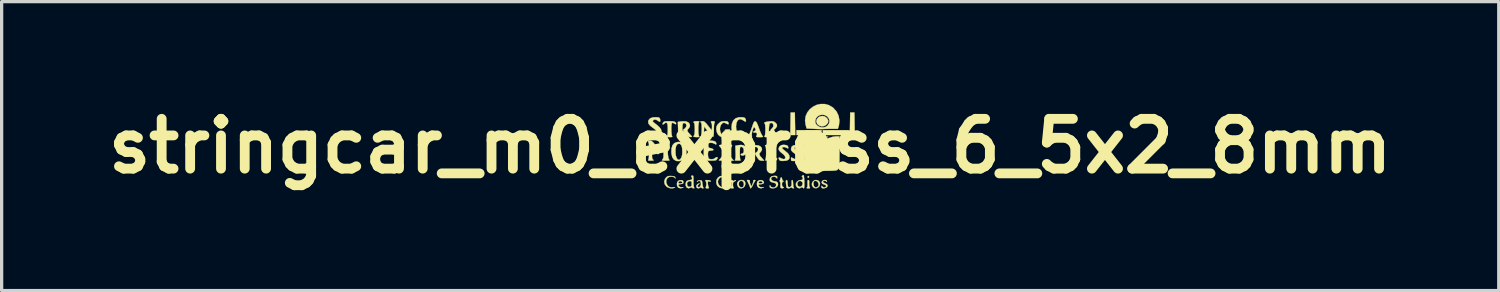
<source format=kicad_pcb>
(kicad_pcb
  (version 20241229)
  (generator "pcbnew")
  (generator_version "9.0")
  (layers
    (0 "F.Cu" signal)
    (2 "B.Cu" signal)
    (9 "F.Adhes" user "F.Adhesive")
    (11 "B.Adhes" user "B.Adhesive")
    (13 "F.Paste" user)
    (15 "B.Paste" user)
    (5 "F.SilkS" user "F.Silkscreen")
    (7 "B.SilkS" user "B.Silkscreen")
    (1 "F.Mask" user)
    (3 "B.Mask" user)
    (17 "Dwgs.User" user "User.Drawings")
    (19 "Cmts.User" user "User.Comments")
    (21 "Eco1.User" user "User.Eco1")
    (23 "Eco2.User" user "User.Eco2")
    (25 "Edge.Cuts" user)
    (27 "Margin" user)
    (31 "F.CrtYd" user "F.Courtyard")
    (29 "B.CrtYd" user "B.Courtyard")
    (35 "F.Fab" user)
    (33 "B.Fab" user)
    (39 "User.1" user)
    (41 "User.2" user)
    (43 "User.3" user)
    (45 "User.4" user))
  (footprint "stringcar_m0_express_6_5x2_8mm"
    (layer "F.Cu")
    (at 19.892 1.418)
    (property "Reference" "stringcar_m0_express_6_5x2_8mm" (at 0 0 0) (layer "F.SilkS") (effects (font (size 1.524 1.524) (thickness 0.3))))
    (attr through_hole)
    (fp_poly (pts (xy 2.18 -0.339) (xy 1.418 -0.339) (xy 1.418 -0.487) (xy 2.18 -0.487) (xy 2.18 -0.339)) (stroke (width 0.01) (type solid)) (fill yes) (layer "F.SilkS"))
    (fp_poly (pts (xy 3.006 -0.339) (xy 2.223 -0.339) (xy 2.223 -0.487) (xy 3.006 -0.487) (xy 3.006 -0.339)) (stroke (width 0.01) (type solid)) (fill yes) (layer "F.SilkS"))
    (fp_poly (pts (xy 3.197 -0.339) (xy 3.047 -0.339) (xy 3.059 -1.027) (xy 3.186 -1.027) (xy 3.197 -0.339)) (stroke (width 0.01) (type solid)) (fill yes) (layer "F.SilkS"))
    (fp_poly (pts (xy 1.371 -0.683) (xy 1.377 -0.339) (xy 1.227 -0.339) (xy 1.238 -1.027) (xy 1.365 -1.027) (xy 1.371 -0.683)) (stroke (width 0.01) (type solid)) (fill yes) (layer "F.SilkS"))
    (fp_poly (pts (xy 1.801 0.936) (xy 1.802 0.942) (xy 1.786 0.967) (xy 1.78 0.97) (xy 1.76 0.959) (xy 1.757 0.942) (xy 1.768 0.916) (xy 1.78 0.914) (xy 1.801 0.936)) (stroke (width 0.01) (type solid)) (fill yes) (layer "F.SilkS"))
    (fp_poly (pts (xy 2.298 -0.293) (xy 2.36 -0.288) (xy 2.386 -0.282) (xy 2.381 -0.277) (xy 2.286 -0.252) (xy 2.176 -0.246) (xy 2.086 -0.256) (xy 2.031 -0.271) (xy 1.997 -0.284) (xy 1.993 -0.286) (xy 2.008 -0.29) (xy 2.058 -0.293) (xy 2.133 -0.295) (xy 2.203 -0.295) (xy 2.298 -0.293)) (stroke (width 0.01) (type solid)) (fill yes) (layer "F.SilkS"))
    (fp_poly (pts (xy 2.282 -0.907) (xy 2.349 -0.853) (xy 2.349 -0.853) (xy 2.386 -0.787) (xy 2.383 -0.727) (xy 2.344 -0.668) (xy 2.274 -0.617) (xy 2.192 -0.602) (xy 2.11 -0.626) (xy 2.049 -0.679) (xy 2.023 -0.745) (xy 2.033 -0.813) (xy 2.078 -0.874) (xy 2.117 -0.9) (xy 2.202 -0.923) (xy 2.282 -0.907)) (stroke (width 0.01) (type solid)) (fill yes) (layer "F.SilkS"))
    (fp_poly (pts (xy 1.798 1.047) (xy 1.805 1.082) (xy 1.802 1.133) (xy 1.803 1.203) (xy 1.816 1.252) (xy 1.821 1.26) (xy 1.832 1.281) (xy 1.814 1.29) (xy 1.775 1.291) (xy 1.731 1.287) (xy 1.728 1.276) (xy 1.733 1.272) (xy 1.751 1.24) (xy 1.755 1.174) (xy 1.754 1.146) (xy 1.752 1.08) (xy 1.759 1.046) (xy 1.778 1.037) (xy 1.778 1.037) (xy 1.798 1.047)) (stroke (width 0.01) (type solid)) (fill yes) (layer "F.SilkS"))
    (fp_poly (pts (xy -1.289 1.041) (xy -1.228 1.049) (xy -1.207 1.07) (xy -1.206 1.071) (xy -1.218 1.089) (xy -1.254 1.082) (xy -1.283 1.073) (xy -1.295 1.084) (xy -1.297 1.122) (xy -1.294 1.161) (xy -1.285 1.223) (xy -1.27 1.266) (xy -1.262 1.275) (xy -1.263 1.285) (xy -1.298 1.291) (xy -1.305 1.291) (xy -1.35 1.289) (xy -1.362 1.273) (xy -1.349 1.231) (xy -1.348 1.228) (xy -1.335 1.157) (xy -1.348 1.102) (xy -1.371 1.04) (xy -1.289 1.041)) (stroke (width 0.01) (type solid)) (fill yes) (layer "F.SilkS"))
    (fp_poly (pts (xy -0.015 1.046) (xy -0.012 1.066) (xy -0.012 1.104) (xy 0.003 1.158) (xy 0.007 1.167) (xy 0.037 1.238) (xy 0.072 1.158) (xy 0.091 1.103) (xy 0.097 1.064) (xy 0.095 1.057) (xy 0.102 1.042) (xy 0.131 1.037) (xy 0.16 1.043) (xy 0.159 1.053) (xy 0.139 1.08) (xy 0.109 1.133) (xy 0.086 1.18) (xy 0.051 1.247) (xy 0.023 1.285) (xy 0.005 1.291) (xy 0 1.27) (xy -0.009 1.24) (xy -0.031 1.187) (xy -0.051 1.143) (xy -0.102 1.037) (xy -0.052 1.037) (xy -0.015 1.046)) (stroke (width 0.01) (type solid)) (fill yes) (layer "F.SilkS"))
    (fp_poly (pts (xy 0.968 0.968) (xy 0.974 1.002) (xy 0.987 1.049) (xy 1.011 1.065) (xy 1.037 1.073) (xy 1.022 1.076) (xy 1.011 1.077) (xy 0.986 1.096) (xy 0.973 1.139) (xy 0.972 1.189) (xy 0.983 1.231) (xy 1.006 1.249) (xy 1.007 1.249) (xy 1.029 1.259) (xy 1.027 1.27) (xy 0.995 1.289) (xy 0.953 1.286) (xy 0.925 1.264) (xy 0.925 1.263) (xy 0.921 1.223) (xy 0.925 1.179) (xy 0.926 1.126) (xy 0.913 1.093) (xy 0.9 1.062) (xy 0.905 1.05) (xy 0.919 1.017) (xy 0.92 1) (xy 0.935 0.966) (xy 0.947 0.958) (xy 0.968 0.968)) (stroke (width 0.01) (type solid)) (fill yes) (layer "F.SilkS"))
    (fp_poly (pts (xy 2.081 1.054) (xy 2.123 1.098) (xy 2.137 1.156) (xy 2.119 1.218) (xy 2.095 1.249) (xy 2.035 1.285) (xy 1.971 1.285) (xy 1.919 1.252) (xy 1.887 1.191) (xy 1.888 1.169) (xy 1.933 1.169) (xy 1.951 1.225) (xy 1.984 1.26) (xy 2.014 1.266) (xy 2.061 1.245) (xy 2.082 1.223) (xy 2.095 1.168) (xy 2.077 1.112) (xy 2.036 1.072) (xy 2.006 1.062) (xy 1.961 1.066) (xy 1.939 1.096) (xy 1.936 1.105) (xy 1.933 1.169) (xy 1.888 1.169) (xy 1.89 1.128) (xy 1.923 1.074) (xy 1.98 1.042) (xy 2.016 1.037) (xy 2.081 1.054)) (stroke (width 0.01) (type solid)) (fill yes) (layer "F.SilkS"))
    (fp_poly (pts (xy -1.577 -0.76) (xy -1.555 -0.752) (xy -1.562 -0.737) (xy -1.575 -0.703) (xy -1.583 -0.639) (xy -1.588 -0.557) (xy -1.587 -0.47) (xy -1.583 -0.39) (xy -1.574 -0.329) (xy -1.562 -0.301) (xy -1.555 -0.285) (xy -1.58 -0.277) (xy -1.636 -0.275) (xy -1.694 -0.279) (xy -1.73 -0.289) (xy -1.736 -0.295) (xy -1.72 -0.324) (xy -1.714 -0.328) (xy -1.705 -0.354) (xy -1.697 -0.411) (xy -1.694 -0.489) (xy -1.693 -0.519) (xy -1.696 -0.601) (xy -1.702 -0.667) (xy -1.711 -0.705) (xy -1.714 -0.709) (xy -1.737 -0.733) (xy -1.72 -0.751) (xy -1.668 -0.761) (xy -1.636 -0.762) (xy -1.577 -0.76)) (stroke (width 0.01) (type solid)) (fill yes) (layer "F.SilkS"))
    (fp_poly (pts (xy -0.539 1.046) (xy -0.529 1.061) (xy -0.519 1.073) (xy -0.498 1.059) (xy -0.459 1.042) (xy -0.44 1.043) (xy -0.436 1.056) (xy -0.468 1.075) (xy -0.471 1.076) (xy -0.51 1.099) (xy -0.526 1.133) (xy -0.529 1.183) (xy -0.523 1.24) (xy -0.507 1.274) (xy -0.503 1.277) (xy -0.503 1.284) (xy -0.537 1.289) (xy -0.549 1.289) (xy -0.595 1.288) (xy -0.605 1.277) (xy -0.597 1.266) (xy -0.58 1.229) (xy -0.572 1.172) (xy -0.572 1.164) (xy -0.578 1.106) (xy -0.594 1.065) (xy -0.597 1.063) (xy -0.608 1.043) (xy -0.582 1.037) (xy -0.576 1.037) (xy -0.539 1.046)) (stroke (width 0.01) (type solid)) (fill yes) (layer "F.SilkS"))
    (fp_poly (pts (xy -0.195 1.05) (xy -0.159 1.09) (xy -0.148 1.157) (xy -0.165 1.221) (xy -0.206 1.267) (xy -0.261 1.289) (xy -0.319 1.284) (xy -0.368 1.246) (xy -0.369 1.244) (xy -0.398 1.174) (xy -0.397 1.158) (xy -0.353 1.158) (xy -0.341 1.21) (xy -0.31 1.249) (xy -0.269 1.266) (xy -0.225 1.253) (xy -0.216 1.245) (xy -0.196 1.205) (xy -0.191 1.164) (xy -0.204 1.105) (xy -0.239 1.068) (xy -0.282 1.058) (xy -0.324 1.081) (xy -0.34 1.103) (xy -0.353 1.158) (xy -0.397 1.158) (xy -0.39 1.11) (xy -0.349 1.061) (xy -0.281 1.038) (xy -0.262 1.037) (xy -0.195 1.05)) (stroke (width 0.01) (type solid)) (fill yes) (layer "F.SilkS"))
    (fp_poly (pts (xy 1.865 -0.286) (xy 1.955 -0.261) (xy 1.971 -0.254) (xy 2.084 -0.222) (xy 2.213 -0.212) (xy 2.34 -0.226) (xy 2.431 -0.254) (xy 2.516 -0.282) (xy 2.609 -0.296) (xy 2.627 -0.296) (xy 2.731 -0.296) (xy 2.731 0.178) (xy 2.73 0.332) (xy 2.729 0.451) (xy 2.727 0.538) (xy 2.723 0.6) (xy 2.717 0.643) (xy 2.708 0.672) (xy 2.696 0.693) (xy 2.69 0.701) (xy 2.675 0.718) (xy 2.657 0.731) (xy 2.631 0.74) (xy 2.59 0.747) (xy 2.528 0.751) (xy 2.439 0.754) (xy 2.318 0.756) (xy 2.224 0.758) (xy 1.798 0.764) (xy 1.672 0.638) (xy 1.672 -0.296) (xy 1.776 -0.296) (xy 1.865 -0.286)) (stroke (width 0.01) (type solid)) (fill yes) (layer "F.SilkS"))
    (fp_poly (pts (xy -2.408 0.914) (xy -2.341 0.921) (xy -2.306 0.934) (xy -2.292 0.957) (xy -2.291 0.963) (xy -2.288 0.992) (xy -2.299 0.982) (xy -2.307 0.968) (xy -2.347 0.939) (xy -2.408 0.93) (xy -2.473 0.941) (xy -2.525 0.97) (xy -2.53 0.975) (xy -2.566 1.043) (xy -2.567 1.12) (xy -2.536 1.192) (xy -2.509 1.222) (xy -2.46 1.256) (xy -2.409 1.266) (xy -2.362 1.261) (xy -2.311 1.256) (xy -2.298 1.261) (xy -2.307 1.269) (xy -2.373 1.291) (xy -2.453 1.286) (xy -2.531 1.256) (xy -2.56 1.236) (xy -2.612 1.168) (xy -2.628 1.088) (xy -2.607 1.009) (xy -2.572 0.961) (xy -2.533 0.929) (xy -2.489 0.915) (xy -2.425 0.913) (xy -2.408 0.914)) (stroke (width 0.01) (type solid)) (fill yes) (layer "F.SilkS"))
    (fp_poly (pts (xy 1.303 1.055) (xy 1.311 1.11) (xy 1.312 1.152) (xy 1.317 1.228) (xy 1.331 1.271) (xy 1.339 1.277) (xy 1.342 1.286) (xy 1.318 1.289) (xy 1.281 1.281) (xy 1.27 1.266) (xy 1.264 1.251) (xy 1.245 1.266) (xy 1.205 1.286) (xy 1.157 1.29) (xy 1.12 1.276) (xy 1.112 1.265) (xy 1.105 1.229) (xy 1.098 1.169) (xy 1.094 1.138) (xy 1.091 1.074) (xy 1.1 1.043) (xy 1.114 1.037) (xy 1.133 1.052) (xy 1.142 1.1) (xy 1.143 1.141) (xy 1.151 1.218) (xy 1.175 1.256) (xy 1.214 1.255) (xy 1.239 1.24) (xy 1.263 1.208) (xy 1.269 1.153) (xy 1.267 1.126) (xy 1.266 1.064) (xy 1.279 1.039) (xy 1.285 1.037) (xy 1.303 1.055)) (stroke (width 0.01) (type solid)) (fill yes) (layer "F.SilkS"))
    (fp_poly (pts (xy 2.328 1.045) (xy 2.348 1.07) (xy 2.348 1.074) (xy 2.342 1.094) (xy 2.335 1.085) (xy 2.308 1.064) (xy 2.274 1.058) (xy 2.232 1.068) (xy 2.224 1.092) (xy 2.246 1.119) (xy 2.291 1.138) (xy 2.346 1.166) (xy 2.367 1.204) (xy 2.356 1.243) (xy 2.317 1.275) (xy 2.253 1.291) (xy 2.24 1.291) (xy 2.196 1.284) (xy 2.181 1.256) (xy 2.18 1.245) (xy 2.182 1.213) (xy 2.195 1.22) (xy 2.208 1.237) (xy 2.246 1.263) (xy 2.29 1.263) (xy 2.32 1.236) (xy 2.324 1.224) (xy 2.313 1.194) (xy 2.265 1.175) (xy 2.206 1.15) (xy 2.184 1.113) (xy 2.201 1.069) (xy 2.202 1.069) (xy 2.239 1.044) (xy 2.287 1.036) (xy 2.328 1.045)) (stroke (width 0.01) (type solid)) (fill yes) (layer "F.SilkS"))
    (fp_poly (pts (xy -2.062 1.052) (xy -2.044 1.079) (xy -2.043 1.101) (xy -2.048 1.136) (xy -2.074 1.153) (xy -2.122 1.16) (xy -2.18 1.17) (xy -2.199 1.19) (xy -2.18 1.224) (xy -2.167 1.238) (xy -2.114 1.263) (xy -2.077 1.26) (xy -2.042 1.255) (xy -2.045 1.263) (xy -2.053 1.269) (xy -2.115 1.29) (xy -2.18 1.279) (xy -2.21 1.258) (xy -2.238 1.204) (xy -2.24 1.137) (xy -2.228 1.106) (xy -2.197 1.106) (xy -2.193 1.132) (xy -2.16 1.142) (xy -2.138 1.143) (xy -2.091 1.138) (xy -2.077 1.118) (xy -2.078 1.106) (xy -2.104 1.075) (xy -2.138 1.069) (xy -2.184 1.083) (xy -2.197 1.106) (xy -2.228 1.106) (xy -2.218 1.079) (xy -2.209 1.069) (xy -2.158 1.044) (xy -2.109 1.041) (xy -2.062 1.052)) (stroke (width 0.01) (type solid)) (fill yes) (layer "F.SilkS"))
    (fp_poly (pts (xy -1.499 1.05) (xy -1.477 1.065) (xy -1.467 1.104) (xy -1.464 1.143) (xy -1.455 1.207) (xy -1.441 1.254) (xy -1.435 1.264) (xy -1.429 1.286) (xy -1.448 1.292) (xy -1.479 1.281) (xy -1.496 1.268) (xy -1.522 1.257) (xy -1.533 1.268) (xy -1.567 1.289) (xy -1.611 1.286) (xy -1.643 1.26) (xy -1.644 1.257) (xy -1.644 1.206) (xy -1.613 1.164) (xy -1.575 1.146) (xy -1.547 1.143) (xy -1.553 1.153) (xy -1.575 1.17) (xy -1.603 1.206) (xy -1.604 1.239) (xy -1.581 1.257) (xy -1.545 1.249) (xy -1.516 1.214) (xy -1.505 1.162) (xy -1.512 1.109) (xy -1.535 1.07) (xy -1.554 1.062) (xy -1.596 1.069) (xy -1.613 1.083) (xy -1.627 1.099) (xy -1.624 1.079) (xy -1.597 1.055) (xy -1.543 1.048) (xy -1.499 1.05)) (stroke (width 0.01) (type solid)) (fill yes) (layer "F.SilkS"))
    (fp_poly (pts (xy -0.197 -0.876) (xy -0.162 -0.86) (xy -0.143 -0.829) (xy -0.139 -0.82) (xy -0.128 -0.767) (xy -0.142 -0.749) (xy -0.181 -0.765) (xy -0.203 -0.781) (xy -0.275 -0.82) (xy -0.337 -0.82) (xy -0.386 -0.783) (xy -0.419 -0.712) (xy -0.433 -0.608) (xy -0.433 -0.593) (xy -0.423 -0.478) (xy -0.392 -0.398) (xy -0.342 -0.353) (xy -0.274 -0.345) (xy -0.191 -0.375) (xy -0.186 -0.378) (xy -0.137 -0.406) (xy -0.113 -0.412) (xy -0.106 -0.398) (xy -0.106 -0.384) (xy -0.125 -0.342) (xy -0.175 -0.309) (xy -0.244 -0.287) (xy -0.322 -0.279) (xy -0.396 -0.287) (xy -0.44 -0.304) (xy -0.513 -0.368) (xy -0.558 -0.46) (xy -0.571 -0.568) (xy -0.557 -0.693) (xy -0.514 -0.788) (xy -0.443 -0.85) (xy -0.345 -0.881) (xy -0.261 -0.883) (xy -0.197 -0.876)) (stroke (width 0.01) (type solid)) (fill yes) (layer "F.SilkS"))
    (fp_poly (pts (xy 0.389 1.057) (xy 0.402 1.069) (xy 0.421 1.113) (xy 0.402 1.146) (xy 0.35 1.163) (xy 0.329 1.164) (xy 0.273 1.171) (xy 0.254 1.193) (xy 0.254 1.195) (xy 0.272 1.231) (xy 0.317 1.256) (xy 0.371 1.262) (xy 0.387 1.259) (xy 0.417 1.253) (xy 0.409 1.263) (xy 0.402 1.268) (xy 0.338 1.29) (xy 0.269 1.277) (xy 0.244 1.262) (xy 0.214 1.218) (xy 0.205 1.155) (xy 0.215 1.106) (xy 0.258 1.106) (xy 0.262 1.132) (xy 0.296 1.142) (xy 0.318 1.143) (xy 0.364 1.138) (xy 0.378 1.118) (xy 0.377 1.106) (xy 0.352 1.075) (xy 0.318 1.069) (xy 0.272 1.083) (xy 0.258 1.106) (xy 0.215 1.106) (xy 0.218 1.094) (xy 0.232 1.07) (xy 0.277 1.044) (xy 0.337 1.039) (xy 0.389 1.057)) (stroke (width 0.01) (type solid)) (fill yes) (layer "F.SilkS"))
    (fp_poly (pts (xy -0.806 0.915) (xy -0.736 0.921) (xy -0.698 0.933) (xy -0.682 0.955) (xy -0.681 0.962) (xy -0.677 0.989) (xy -0.69 0.984) (xy -0.709 0.966) (xy -0.766 0.937) (xy -0.837 0.934) (xy -0.907 0.956) (xy -0.959 0.999) (xy -0.988 1.068) (xy -0.982 1.138) (xy -0.948 1.2) (xy -0.893 1.246) (xy -0.823 1.266) (xy -0.773 1.261) (xy -0.734 1.237) (xy -0.719 1.201) (xy -0.731 1.167) (xy -0.746 1.157) (xy -0.748 1.149) (xy -0.718 1.145) (xy -0.68 1.149) (xy -0.669 1.172) (xy -0.673 1.205) (xy -0.696 1.26) (xy -0.727 1.278) (xy -0.811 1.29) (xy -0.893 1.283) (xy -0.942 1.266) (xy -1.003 1.215) (xy -1.032 1.146) (xy -1.036 1.094) (xy -1.026 1.023) (xy -0.987 0.967) (xy -0.98 0.961) (xy -0.94 0.93) (xy -0.896 0.915) (xy -0.831 0.913) (xy -0.806 0.915)) (stroke (width 0.01) (type solid)) (fill yes) (layer "F.SilkS"))
    (fp_poly (pts (xy -2.374 -0.758) (xy -2.308 -0.744) (xy -2.274 -0.718) (xy -2.265 -0.683) (xy -2.273 -0.668) (xy -2.302 -0.68) (xy -2.317 -0.689) (xy -2.361 -0.71) (xy -2.391 -0.71) (xy -2.402 -0.682) (xy -2.41 -0.624) (xy -2.413 -0.548) (xy -2.412 -0.466) (xy -2.407 -0.389) (xy -2.399 -0.33) (xy -2.388 -0.301) (xy -2.381 -0.285) (xy -2.405 -0.277) (xy -2.462 -0.275) (xy -2.52 -0.279) (xy -2.556 -0.289) (xy -2.561 -0.296) (xy -2.545 -0.317) (xy -2.54 -0.318) (xy -2.53 -0.337) (xy -2.523 -0.393) (xy -2.519 -0.477) (xy -2.519 -0.509) (xy -2.522 -0.617) (xy -2.534 -0.685) (xy -2.555 -0.717) (xy -2.587 -0.715) (xy -2.626 -0.687) (xy -2.665 -0.661) (xy -2.681 -0.669) (xy -2.67 -0.707) (xy -2.663 -0.718) (xy -2.644 -0.741) (xy -2.614 -0.754) (xy -2.563 -0.76) (xy -2.481 -0.762) (xy -2.476 -0.762) (xy -2.374 -0.758)) (stroke (width 0.01) (type solid)) (fill yes) (layer "F.SilkS"))
    (fp_poly (pts (xy -2.082 -0.111) (xy -2.011 -0.064) (xy -1.967 0.016) (xy -1.95 0.128) (xy -1.951 0.201) (xy -1.96 0.285) (xy -1.975 0.34) (xy -2.002 0.381) (xy -2.014 0.394) (xy -2.081 0.436) (xy -2.165 0.458) (xy -2.247 0.456) (xy -2.275 0.447) (xy -2.341 0.404) (xy -2.383 0.338) (xy -2.405 0.242) (xy -2.409 0.2) (xy -2.408 0.165) (xy -2.286 0.165) (xy -2.278 0.272) (xy -2.255 0.355) (xy -2.22 0.407) (xy -2.18 0.423) (xy -2.155 0.413) (xy -2.146 0.407) (xy -2.104 0.354) (xy -2.08 0.264) (xy -2.075 0.165) (xy -2.083 0.05) (xy -2.107 -0.027) (xy -2.147 -0.067) (xy -2.18 -0.074) (xy -2.231 -0.056) (xy -2.265 -0.002) (xy -2.283 0.089) (xy -2.286 0.165) (xy -2.408 0.165) (xy -2.405 0.07) (xy -2.375 -0.027) (xy -2.318 -0.091) (xy -2.234 -0.123) (xy -2.18 -0.127) (xy -2.082 -0.111)) (stroke (width 0.01) (type solid)) (fill yes) (layer "F.SilkS"))
    (fp_poly (pts (xy -0.216 -0.025) (xy -0.175 -0.007) (xy -0.123 0.023) (xy -0.098 0.059) (xy -0.089 0.117) (xy -0.089 0.119) (xy -0.089 0.181) (xy -0.108 0.222) (xy -0.141 0.253) (xy -0.197 0.283) (xy -0.249 0.29) (xy -0.285 0.272) (xy -0.291 0.261) (xy -0.279 0.239) (xy -0.25 0.229) (xy -0.214 0.214) (xy -0.197 0.173) (xy -0.194 0.152) (xy -0.201 0.08) (xy -0.233 0.034) (xy -0.278 0.021) (xy -0.296 0.025) (xy -0.308 0.041) (xy -0.314 0.078) (xy -0.317 0.143) (xy -0.318 0.22) (xy -0.315 0.327) (xy -0.308 0.394) (xy -0.296 0.427) (xy -0.291 0.43) (xy -0.295 0.436) (xy -0.333 0.441) (xy -0.381 0.443) (xy -0.444 0.441) (xy -0.472 0.434) (xy -0.469 0.426) (xy -0.455 0.405) (xy -0.448 0.359) (xy -0.445 0.283) (xy -0.447 0.199) (xy -0.453 -0.011) (xy -0.354 -0.029) (xy -0.278 -0.036) (xy -0.216 -0.025)) (stroke (width 0.01) (type solid)) (fill yes) (layer "F.SilkS"))
    (fp_poly (pts (xy 1.043 -0.038) (xy 1.114 -0.027) (xy 1.151 -0.003) (xy 1.164 0.04) (xy 1.164 0.047) (xy 1.161 0.069) (xy 1.143 0.069) (xy 1.104 0.048) (xy 1.05 0.029) (xy 1.003 0.03) (xy 0.976 0.05) (xy 0.974 0.061) (xy 0.99 0.083) (xy 1.031 0.12) (xy 1.079 0.156) (xy 1.159 0.226) (xy 1.199 0.294) (xy 1.201 0.364) (xy 1.197 0.378) (xy 1.167 0.419) (xy 1.107 0.444) (xy 1.012 0.453) (xy 0.997 0.454) (xy 0.935 0.451) (xy 0.901 0.435) (xy 0.883 0.407) (xy 0.869 0.362) (xy 0.884 0.348) (xy 0.928 0.364) (xy 0.946 0.373) (xy 1.011 0.398) (xy 1.056 0.393) (xy 1.076 0.364) (xy 1.069 0.32) (xy 1.032 0.268) (xy 1 0.24) (xy 0.919 0.174) (xy 0.876 0.118) (xy 0.869 0.067) (xy 0.895 0.016) (xy 0.911 -0.000476) (xy 0.957 -0.03) (xy 1.021 -0.039) (xy 1.043 -0.038)) (stroke (width 0.01) (type solid)) (fill yes) (layer "F.SilkS"))
    (fp_poly (pts (xy 0.797 0.914) (xy 0.821 0.928) (xy 0.826 0.957) (xy 0.823 0.989) (xy 0.81 0.981) (xy 0.798 0.965) (xy 0.758 0.938) (xy 0.707 0.934) (xy 0.661 0.95) (xy 0.638 0.983) (xy 0.648 1.029) (xy 0.691 1.063) (xy 0.755 1.079) (xy 0.765 1.079) (xy 0.819 1.095) (xy 0.848 1.134) (xy 0.851 1.185) (xy 0.826 1.236) (xy 0.786 1.269) (xy 0.729 1.287) (xy 0.669 1.29) (xy 0.62 1.279) (xy 0.601 1.26) (xy 0.596 1.216) (xy 0.6 1.202) (xy 0.609 1.193) (xy 0.612 1.211) (xy 0.632 1.243) (xy 0.676 1.263) (xy 0.728 1.266) (xy 0.76 1.255) (xy 0.787 1.218) (xy 0.794 1.185) (xy 0.786 1.152) (xy 0.758 1.131) (xy 0.699 1.113) (xy 0.638 1.095) (xy 0.608 1.071) (xy 0.597 1.035) (xy 0.597 1.035) (xy 0.607 0.971) (xy 0.651 0.928) (xy 0.727 0.911) (xy 0.742 0.91) (xy 0.797 0.914)) (stroke (width 0.01) (type solid)) (fill yes) (layer "F.SilkS"))
    (fp_poly (pts (xy 1.641 0.909) (xy 1.647 0.961) (xy 1.653 1.038) (xy 1.655 1.09) (xy 1.656 1.193) (xy 1.653 1.258) (xy 1.643 1.288) (xy 1.637 1.291) (xy 1.608 1.274) (xy 1.602 1.265) (xy 1.588 1.249) (xy 1.565 1.265) (xy 1.512 1.29) (xy 1.454 1.277) (xy 1.43 1.258) (xy 1.398 1.201) (xy 1.399 1.152) (xy 1.439 1.152) (xy 1.454 1.209) (xy 1.49 1.241) (xy 1.536 1.246) (xy 1.577 1.218) (xy 1.592 1.194) (xy 1.606 1.138) (xy 1.595 1.104) (xy 1.553 1.068) (xy 1.504 1.064) (xy 1.462 1.09) (xy 1.44 1.14) (xy 1.439 1.152) (xy 1.399 1.152) (xy 1.4 1.141) (xy 1.431 1.087) (xy 1.487 1.049) (xy 1.55 1.037) (xy 1.593 1.03) (xy 1.608 1.002) (xy 1.609 0.984) (xy 1.6 0.944) (xy 1.582 0.931) (xy 1.575 0.923) (xy 1.592 0.906) (xy 1.62 0.892) (xy 1.634 0.889) (xy 1.641 0.909)) (stroke (width 0.01) (type solid)) (fill yes) (layer "F.SilkS"))
    (fp_poly (pts (xy -2.81 -0.878) (xy -2.777 -0.864) (xy -2.76 -0.835) (xy -2.754 -0.815) (xy -2.749 -0.762) (xy -2.766 -0.743) (xy -2.803 -0.761) (xy -2.811 -0.768) (xy -2.874 -0.807) (xy -2.93 -0.813) (xy -2.966 -0.791) (xy -2.98 -0.766) (xy -2.97 -0.742) (xy -2.931 -0.708) (xy -2.922 -0.701) (xy -2.828 -0.626) (xy -2.765 -0.565) (xy -2.728 -0.512) (xy -2.712 -0.459) (xy -2.709 -0.426) (xy -2.723 -0.35) (xy -2.765 -0.302) (xy -2.838 -0.279) (xy -2.916 -0.277) (xy -2.98 -0.278) (xy -3.028 -0.273) (xy -3.04 -0.269) (xy -3.072 -0.27) (xy -3.087 -0.28) (xy -3.105 -0.319) (xy -3.111 -0.364) (xy -3.111 -0.423) (xy -3.043 -0.381) (xy -2.963 -0.345) (xy -2.898 -0.344) (xy -2.858 -0.369) (xy -2.842 -0.413) (xy -2.862 -0.463) (xy -2.921 -0.52) (xy -2.975 -0.559) (xy -3.062 -0.627) (xy -3.11 -0.689) (xy -3.12 -0.751) (xy -3.108 -0.792) (xy -3.06 -0.848) (xy -2.978 -0.878) (xy -2.873 -0.883) (xy -2.81 -0.878)) (stroke (width 0.01) (type solid)) (fill yes) (layer "F.SilkS"))
    (fp_poly (pts (xy 1.429 -0.034) (xy 1.494 -0.019) (xy 1.528 0.012) (xy 1.532 0.019) (xy 1.542 0.064) (xy 1.527 0.079) (xy 1.49 0.06) (xy 1.485 0.056) (xy 1.436 0.027) (xy 1.39 0.022) (xy 1.36 0.042) (xy 1.355 0.064) (xy 1.362 0.098) (xy 1.372 0.106) (xy 1.397 0.119) (xy 1.441 0.151) (xy 1.478 0.182) (xy 1.533 0.235) (xy 1.56 0.28) (xy 1.566 0.327) (xy 1.557 0.384) (xy 1.534 0.424) (xy 1.533 0.424) (xy 1.499 0.437) (xy 1.441 0.447) (xy 1.372 0.454) (xy 1.309 0.455) (xy 1.266 0.45) (xy 1.258 0.446) (xy 1.251 0.421) (xy 1.249 0.386) (xy 1.251 0.351) (xy 1.266 0.347) (xy 1.303 0.369) (xy 1.365 0.396) (xy 1.418 0.394) (xy 1.451 0.365) (xy 1.456 0.347) (xy 1.449 0.312) (xy 1.414 0.271) (xy 1.356 0.225) (xy 1.294 0.177) (xy 1.261 0.138) (xy 1.249 0.099) (xy 1.249 0.085) (xy 1.267 0.021) (xy 1.317 -0.02) (xy 1.396 -0.035) (xy 1.429 -0.034)) (stroke (width 0.01) (type solid)) (fill yes) (layer "F.SilkS"))
    (fp_poly (pts (xy -0.721 -0.759) (xy -0.685 -0.748) (xy -0.668 -0.723) (xy -0.666 -0.718) (xy -0.659 -0.676) (xy -0.675 -0.665) (xy -0.719 -0.682) (xy -0.738 -0.693) (xy -0.791 -0.716) (xy -0.83 -0.713) (xy -0.841 -0.707) (xy -0.896 -0.649) (xy -0.923 -0.563) (xy -0.924 -0.488) (xy -0.906 -0.416) (xy -0.874 -0.362) (xy -0.835 -0.329) (xy -0.795 -0.321) (xy -0.763 -0.341) (xy -0.745 -0.393) (xy -0.745 -0.397) (xy -0.746 -0.444) (xy -0.759 -0.466) (xy -0.761 -0.466) (xy -0.782 -0.481) (xy -0.783 -0.487) (xy -0.764 -0.5) (xy -0.718 -0.508) (xy -0.702 -0.508) (xy -0.622 -0.508) (xy -0.626 -0.418) (xy -0.634 -0.354) (xy -0.657 -0.317) (xy -0.68 -0.302) (xy -0.753 -0.281) (xy -0.839 -0.279) (xy -0.916 -0.296) (xy -0.922 -0.299) (xy -0.98 -0.349) (xy -1.02 -0.426) (xy -1.037 -0.519) (xy -1.037 -0.529) (xy -1.031 -0.594) (xy -1.005 -0.646) (xy -0.965 -0.69) (xy -0.914 -0.735) (xy -0.866 -0.756) (xy -0.801 -0.762) (xy -0.787 -0.762) (xy -0.721 -0.759)) (stroke (width 0.01) (type solid)) (fill yes) (layer "F.SilkS"))
    (fp_poly (pts (xy 0.156 -0.758) (xy 0.18 -0.743) (xy 0.206 -0.703) (xy 0.236 -0.632) (xy 0.264 -0.556) (xy 0.297 -0.466) (xy 0.331 -0.389) (xy 0.359 -0.334) (xy 0.37 -0.318) (xy 0.39 -0.294) (xy 0.389 -0.281) (xy 0.36 -0.276) (xy 0.296 -0.275) (xy 0.289 -0.275) (xy 0.222 -0.276) (xy 0.189 -0.282) (xy 0.183 -0.295) (xy 0.194 -0.315) (xy 0.209 -0.363) (xy 0.198 -0.401) (xy 0.166 -0.416) (xy 0.15 -0.413) (xy 0.111 -0.413) (xy 0.095 -0.424) (xy 0.1 -0.447) (xy 0.125 -0.459) (xy 0.163 -0.482) (xy 0.163 -0.522) (xy 0.14 -0.561) (xy 0.123 -0.579) (xy 0.109 -0.574) (xy 0.092 -0.54) (xy 0.075 -0.489) (xy 0.056 -0.417) (xy 0.049 -0.354) (xy 0.051 -0.327) (xy 0.056 -0.293) (xy 0.039 -0.278) (xy -0.009 -0.275) (xy -0.086 -0.275) (xy -0.045 -0.333) (xy -0.02 -0.38) (xy 0.012 -0.454) (xy 0.044 -0.542) (xy 0.056 -0.578) (xy 0.086 -0.667) (xy 0.109 -0.722) (xy 0.129 -0.75) (xy 0.149 -0.758) (xy 0.156 -0.758)) (stroke (width 0.01) (type solid)) (fill yes) (layer "F.SilkS"))
    (fp_poly (pts (xy 2.278 -1.287) (xy 2.403 -1.254) (xy 2.522 -1.185) (xy 2.543 -1.167) (xy 2.64 -1.058) (xy 2.702 -0.929) (xy 2.728 -0.788) (xy 2.715 -0.643) (xy 2.706 -0.611) (xy 2.681 -0.529) (xy 2.478 -0.529) (xy 2.385 -0.528) (xy 2.305 -0.526) (xy 2.249 -0.524) (xy 2.233 -0.522) (xy 2.195 -0.52) (xy 2.126 -0.521) (xy 2.036 -0.524) (xy 1.958 -0.528) (xy 1.725 -0.54) (xy 1.696 -0.651) (xy 1.682 -0.76) (xy 1.99 -0.76) (xy 1.999 -0.696) (xy 2.033 -0.646) (xy 2.055 -0.626) (xy 2.134 -0.582) (xy 2.222 -0.569) (xy 2.305 -0.586) (xy 2.36 -0.623) (xy 2.414 -0.698) (xy 2.425 -0.777) (xy 2.404 -0.844) (xy 2.35 -0.911) (xy 2.278 -0.949) (xy 2.2 -0.96) (xy 2.122 -0.945) (xy 2.055 -0.905) (xy 2.008 -0.844) (xy 1.99 -0.762) (xy 1.99 -0.76) (xy 1.682 -0.76) (xy 1.678 -0.788) (xy 1.697 -0.915) (xy 1.747 -1.029) (xy 1.823 -1.126) (xy 1.92 -1.204) (xy 2.031 -1.259) (xy 2.152 -1.287) (xy 2.278 -1.287)) (stroke (width 0.01) (type solid)) (fill yes) (layer "F.SilkS"))
    (fp_poly (pts (xy -1.97 -0.755) (xy -1.958 -0.753) (xy -1.891 -0.724) (xy -1.851 -0.674) (xy -1.842 -0.615) (xy -1.869 -0.556) (xy -1.884 -0.54) (xy -1.917 -0.5) (xy -1.921 -0.462) (xy -1.892 -0.415) (xy -1.852 -0.372) (xy -1.809 -0.327) (xy -1.783 -0.294) (xy -1.778 -0.285) (xy -1.796 -0.278) (xy -1.841 -0.279) (xy -1.847 -0.279) (xy -1.893 -0.29) (xy -1.932 -0.32) (xy -1.977 -0.378) (xy -1.986 -0.391) (xy -2.056 -0.496) (xy -2.002 -0.535) (xy -1.961 -0.582) (xy -1.948 -0.635) (xy -1.965 -0.68) (xy -1.984 -0.695) (xy -2.024 -0.709) (xy -2.05 -0.7) (xy -2.066 -0.663) (xy -2.073 -0.593) (xy -2.074 -0.51) (xy -2.071 -0.408) (xy -2.063 -0.336) (xy -2.049 -0.301) (xy -2.043 -0.286) (xy -2.067 -0.278) (xy -2.127 -0.275) (xy -2.136 -0.275) (xy -2.2 -0.277) (xy -2.229 -0.283) (xy -2.23 -0.297) (xy -2.223 -0.306) (xy -2.209 -0.345) (xy -2.203 -0.422) (xy -2.205 -0.538) (xy -2.205 -0.539) (xy -2.212 -0.74) (xy -2.122 -0.753) (xy -2.045 -0.759) (xy -1.97 -0.755)) (stroke (width 0.01) (type solid)) (fill yes) (layer "F.SilkS"))
    (fp_poly (pts (xy -1.746 0.909) (xy -1.739 0.935) (xy -1.736 0.988) (xy -1.736 1.076) (xy -1.736 1.08) (xy -1.733 1.183) (xy -1.725 1.247) (xy -1.712 1.276) (xy -1.709 1.277) (xy -1.706 1.286) (xy -1.73 1.289) (xy -1.767 1.283) (xy -1.778 1.269) (xy -1.791 1.258) (xy -1.819 1.269) (xy -1.884 1.29) (xy -1.934 1.272) (xy -1.948 1.258) (xy -1.972 1.204) (xy -1.973 1.14) (xy -1.969 1.129) (xy -1.932 1.129) (xy -1.927 1.193) (xy -1.924 1.203) (xy -1.899 1.239) (xy -1.853 1.246) (xy -1.847 1.245) (xy -1.809 1.236) (xy -1.793 1.213) (xy -1.789 1.162) (xy -1.789 1.154) (xy -1.791 1.099) (xy -1.805 1.075) (xy -1.838 1.069) (xy -1.85 1.069) (xy -1.905 1.085) (xy -1.932 1.129) (xy -1.969 1.129) (xy -1.953 1.084) (xy -1.936 1.066) (xy -1.885 1.044) (xy -1.837 1.037) (xy -1.794 1.03) (xy -1.779 1.003) (xy -1.778 0.986) (xy -1.787 0.943) (xy -1.804 0.926) (xy -1.807 0.916) (xy -1.783 0.905) (xy -1.76 0.901) (xy -1.746 0.909)) (stroke (width 0.01) (type solid)) (fill yes) (layer "F.SilkS"))
    (fp_poly (pts (xy -1.425 -0.757) (xy -1.389 -0.736) (xy -1.347 -0.694) (xy -1.289 -0.623) (xy -1.286 -0.62) (xy -1.175 -0.478) (xy -1.168 -0.581) (xy -1.169 -0.645) (xy -1.177 -0.693) (xy -1.184 -0.706) (xy -1.205 -0.739) (xy -1.187 -0.757) (xy -1.143 -0.762) (xy -1.093 -0.754) (xy -1.08 -0.733) (xy -1.095 -0.711) (xy -1.102 -0.684) (xy -1.108 -0.625) (xy -1.111 -0.544) (xy -1.111 -0.492) (xy -1.114 -0.381) (xy -1.122 -0.311) (xy -1.135 -0.282) (xy -1.136 -0.281) (xy -1.158 -0.294) (xy -1.198 -0.333) (xy -1.25 -0.394) (xy -1.284 -0.438) (xy -1.408 -0.602) (xy -1.414 -0.469) (xy -1.414 -0.385) (xy -1.405 -0.325) (xy -1.395 -0.305) (xy -1.386 -0.286) (xy -1.406 -0.277) (xy -1.452 -0.275) (xy -1.502 -0.278) (xy -1.516 -0.288) (xy -1.507 -0.301) (xy -1.496 -0.331) (xy -1.488 -0.389) (xy -1.483 -0.464) (xy -1.481 -0.545) (xy -1.483 -0.622) (xy -1.489 -0.682) (xy -1.498 -0.716) (xy -1.503 -0.72) (xy -1.523 -0.736) (xy -1.524 -0.741) (xy -1.506 -0.756) (xy -1.461 -0.762) (xy -1.461 -0.762) (xy -1.425 -0.757)) (stroke (width 0.01) (type solid)) (fill yes) (layer "F.SilkS"))
    (fp_poly (pts (xy 0.257 -0.019) (xy 0.319 0.014) (xy 0.355 0.061) (xy 0.359 0.116) (xy 0.326 0.172) (xy 0.318 0.18) (xy 0.285 0.218) (xy 0.28 0.256) (xy 0.304 0.303) (xy 0.352 0.36) (xy 0.428 0.445) (xy 0.354 0.445) (xy 0.307 0.44) (xy 0.272 0.42) (xy 0.235 0.376) (xy 0.214 0.346) (xy 0.172 0.28) (xy 0.153 0.24) (xy 0.156 0.216) (xy 0.178 0.197) (xy 0.188 0.192) (xy 0.228 0.154) (xy 0.243 0.106) (xy 0.234 0.06) (xy 0.202 0.03) (xy 0.163 0.025) (xy 0.14 0.032) (xy 0.126 0.049) (xy 0.117 0.086) (xy 0.112 0.152) (xy 0.11 0.208) (xy 0.11 0.312) (xy 0.117 0.383) (xy 0.129 0.415) (xy 0.137 0.433) (xy 0.119 0.442) (xy 0.067 0.444) (xy 0.051 0.445) (xy -0.009 0.442) (xy -0.032 0.434) (xy -0.025 0.419) (xy -0.012 0.385) (xy -0.004 0.322) (xy -0.000155 0.242) (xy -0.001 0.16) (xy -0.007 0.088) (xy -0.018 0.038) (xy -0.024 0.027) (xy -0.026 0.005) (xy 0.008 -0.012) (xy 0.075 -0.024) (xy 0.169 -0.03) (xy 0.172 -0.03) (xy 0.257 -0.019)) (stroke (width 0.01) (type solid)) (fill yes) (layer "F.SilkS"))
    (fp_poly (pts (xy 0.688 -0.038) (xy 0.748 -0.027) (xy 0.783 -0.011) (xy 0.784 -0.01) (xy 0.801 0.024) (xy 0.786 0.037) (xy 0.744 0.023) (xy 0.684 0.002) (xy 0.633 0.006) (xy 0.607 0.029) (xy 0.599 0.09) (xy 0.626 0.131) (xy 0.665 0.144) (xy 0.703 0.159) (xy 0.713 0.183) (xy 0.689 0.201) (xy 0.676 0.204) (xy 0.628 0.208) (xy 0.618 0.209) (xy 0.6 0.228) (xy 0.596 0.282) (xy 0.597 0.302) (xy 0.603 0.358) (xy 0.619 0.386) (xy 0.654 0.396) (xy 0.673 0.398) (xy 0.731 0.396) (xy 0.774 0.38) (xy 0.774 0.379) (xy 0.809 0.364) (xy 0.824 0.383) (xy 0.818 0.412) (xy 0.804 0.428) (xy 0.77 0.438) (xy 0.709 0.442) (xy 0.62 0.443) (xy 0.541 0.441) (xy 0.485 0.438) (xy 0.459 0.433) (xy 0.46 0.43) (xy 0.472 0.407) (xy 0.481 0.353) (xy 0.486 0.279) (xy 0.488 0.198) (xy 0.486 0.118) (xy 0.481 0.052) (xy 0.473 0.01) (xy 0.464 0) (xy 0.452 -0.013) (xy 0.455 -0.021) (xy 0.485 -0.035) (xy 0.542 -0.042) (xy 0.614 -0.043) (xy 0.688 -0.038)) (stroke (width 0.01) (type solid)) (fill yes) (layer "F.SilkS"))
    (fp_poly (pts (xy -0.57 -0.037) (xy -0.553 -0.019) (xy -0.571 0.02) (xy -0.59 0.045) (xy -0.64 0.116) (xy -0.663 0.169) (xy -0.662 0.214) (xy -0.647 0.251) (xy -0.611 0.309) (xy -0.566 0.371) (xy -0.56 0.378) (xy -0.504 0.445) (xy -0.613 0.445) (xy -0.681 0.441) (xy -0.709 0.429) (xy -0.708 0.422) (xy -0.706 0.389) (xy -0.72 0.338) (xy -0.721 0.334) (xy -0.748 0.269) (xy -0.787 0.317) (xy -0.82 0.373) (xy -0.819 0.414) (xy -0.799 0.43) (xy -0.802 0.437) (xy -0.839 0.441) (xy -0.878 0.442) (xy -0.938 0.441) (xy -0.96 0.434) (xy -0.949 0.423) (xy -0.919 0.393) (xy -0.88 0.341) (xy -0.858 0.306) (xy -0.801 0.21) (xy -0.856 0.117) (xy -0.891 0.06) (xy -0.921 0.021) (xy -0.932 0.01) (xy -0.954 -0.013) (xy -0.937 -0.031) (xy -0.884 -0.041) (xy -0.847 -0.042) (xy -0.786 -0.039) (xy -0.748 -0.029) (xy -0.741 -0.021) (xy -0.757 -0.001) (xy -0.762 0) (xy -0.781 0.012) (xy -0.767 0.05) (xy -0.75 0.074) (xy -0.724 0.102) (xy -0.705 0.095) (xy -0.697 0.085) (xy -0.685 0.039) (xy -0.688 0.005) (xy -0.691 -0.027) (xy -0.671 -0.04) (xy -0.625 -0.042) (xy -0.57 -0.037)) (stroke (width 0.01) (type solid)) (fill yes) (layer "F.SilkS"))
    (fp_poly (pts (xy 0.711 -0.753) (xy 0.752 -0.732) (xy 0.767 -0.72) (xy 0.815 -0.666) (xy 0.82 -0.61) (xy 0.783 -0.551) (xy 0.774 -0.543) (xy 0.722 -0.495) (xy 0.762 -0.428) (xy 0.802 -0.375) (xy 0.843 -0.336) (xy 0.846 -0.334) (xy 0.883 -0.303) (xy 0.88 -0.283) (xy 0.836 -0.275) (xy 0.829 -0.275) (xy 0.772 -0.29) (xy 0.714 -0.337) (xy 0.651 -0.42) (xy 0.646 -0.429) (xy 0.623 -0.469) (xy 0.624 -0.496) (xy 0.653 -0.528) (xy 0.666 -0.541) (xy 0.704 -0.588) (xy 0.711 -0.626) (xy 0.711 -0.627) (xy 0.7 -0.666) (xy 0.699 -0.677) (xy 0.681 -0.7) (xy 0.643 -0.709) (xy 0.605 -0.7) (xy 0.601 -0.696) (xy 0.587 -0.667) (xy 0.578 -0.61) (xy 0.572 -0.537) (xy 0.57 -0.46) (xy 0.573 -0.39) (xy 0.58 -0.339) (xy 0.592 -0.318) (xy 0.593 -0.318) (xy 0.613 -0.301) (xy 0.614 -0.296) (xy 0.595 -0.284) (xy 0.547 -0.276) (xy 0.514 -0.275) (xy 0.456 -0.277) (xy 0.433 -0.286) (xy 0.44 -0.301) (xy 0.453 -0.333) (xy 0.461 -0.394) (xy 0.465 -0.471) (xy 0.465 -0.551) (xy 0.461 -0.622) (xy 0.452 -0.673) (xy 0.443 -0.689) (xy 0.429 -0.71) (xy 0.454 -0.73) (xy 0.512 -0.746) (xy 0.585 -0.755) (xy 0.661 -0.759) (xy 0.711 -0.753)) (stroke (width 0.01) (type solid)) (fill yes) (layer "F.SilkS"))
    (fp_poly (pts (xy -1.175 -0.165) (xy -1.099 -0.152) (xy -1.055 -0.128) (xy -1.038 -0.092) (xy -1.037 -0.081) (xy -1.04 -0.053) (xy -1.055 -0.051) (xy -1.091 -0.073) (xy -1.154 -0.097) (xy -1.213 -0.102) (xy -1.259 -0.093) (xy -1.277 -0.07) (xy -1.281 -0.021) (xy -1.276 0.029) (xy -1.256 0.053) (xy -1.208 0.064) (xy -1.16 0.078) (xy -1.13 0.099) (xy -1.123 0.119) (xy -1.147 0.13) (xy -1.194 0.136) (xy -1.206 0.138) (xy -1.253 0.144) (xy -1.265 0.145) (xy -1.283 0.166) (xy -1.292 0.214) (xy -1.292 0.275) (xy -1.285 0.334) (xy -1.271 0.377) (xy -1.258 0.389) (xy -1.193 0.402) (xy -1.128 0.396) (xy -1.082 0.374) (xy -1.079 0.37) (xy -1.048 0.347) (xy -1.014 0.338) (xy -0.995 0.347) (xy -0.995 0.351) (xy -1.004 0.377) (xy -1.017 0.404) (xy -1.031 0.422) (xy -1.054 0.434) (xy -1.096 0.44) (xy -1.163 0.443) (xy -1.265 0.444) (xy -1.265 0.444) (xy -1.365 0.443) (xy -1.428 0.44) (xy -1.46 0.435) (xy -1.466 0.426) (xy -1.455 0.415) (xy -1.439 0.397) (xy -1.428 0.367) (xy -1.422 0.317) (xy -1.419 0.239) (xy -1.418 0.143) (xy -1.419 0.035) (xy -1.422 -0.038) (xy -1.429 -0.083) (xy -1.44 -0.106) (xy -1.451 -0.114) (xy -1.479 -0.132) (xy -1.469 -0.148) (xy -1.424 -0.16) (xy -1.351 -0.168) (xy -1.289 -0.169) (xy -1.175 -0.165)) (stroke (width 0.01) (type solid)) (fill yes) (layer "F.SilkS"))
    (fp_poly (pts (xy -2.48 -0.16) (xy -2.466 -0.136) (xy -2.487 -0.106) (xy -2.504 -0.07) (xy -2.515 -0.004) (xy -2.521 0.081) (xy -2.521 0.175) (xy -2.516 0.267) (xy -2.506 0.344) (xy -2.49 0.396) (xy -2.484 0.406) (xy -2.467 0.427) (xy -2.471 0.438) (xy -2.501 0.443) (xy -2.565 0.444) (xy -2.582 0.445) (xy -2.654 0.444) (xy -2.69 0.44) (xy -2.699 0.43) (xy -2.685 0.411) (xy -2.68 0.405) (xy -2.661 0.374) (xy -2.651 0.329) (xy -2.649 0.259) (xy -2.65 0.199) (xy -2.656 0.032) (xy -2.728 0.144) (xy -2.769 0.201) (xy -2.804 0.238) (xy -2.823 0.248) (xy -2.848 0.228) (xy -2.887 0.184) (xy -2.921 0.141) (xy -2.995 0.042) (xy -3.001 0.214) (xy -3.003 0.302) (xy -2.999 0.359) (xy -2.989 0.393) (xy -2.97 0.414) (xy -2.97 0.414) (xy -2.952 0.431) (xy -2.961 0.44) (xy -3.003 0.443) (xy -3.036 0.444) (xy -3.097 0.442) (xy -3.122 0.435) (xy -3.116 0.419) (xy -3.116 0.419) (xy -3.105 0.388) (xy -3.097 0.327) (xy -3.092 0.245) (xy -3.09 0.153) (xy -3.091 0.06) (xy -3.094 -0.022) (xy -3.101 -0.084) (xy -3.11 -0.115) (xy -3.112 -0.117) (xy -3.126 -0.139) (xy -3.106 -0.159) (xy -3.063 -0.169) (xy -3.057 -0.169) (xy -3.019 -0.158) (xy -2.974 -0.121) (xy -2.915 -0.053) (xy -2.907 -0.042) (xy -2.858 0.018) (xy -2.818 0.063) (xy -2.794 0.084) (xy -2.792 0.085) (xy -2.774 0.068) (xy -2.743 0.024) (xy -2.711 -0.03) (xy -2.664 -0.104) (xy -2.623 -0.146) (xy -2.578 -0.165) (xy -2.529 -0.169) (xy -2.48 -0.16)) (stroke (width 0.01) (type solid)) (fill yes) (layer "F.SilkS")))
  (gr_rect
    (start -3 -3)
    (end 42.784 5.836)
    (stroke (width 0.1) (type default))
    (fill no)
    (layer "Edge.Cuts")))
</source>
